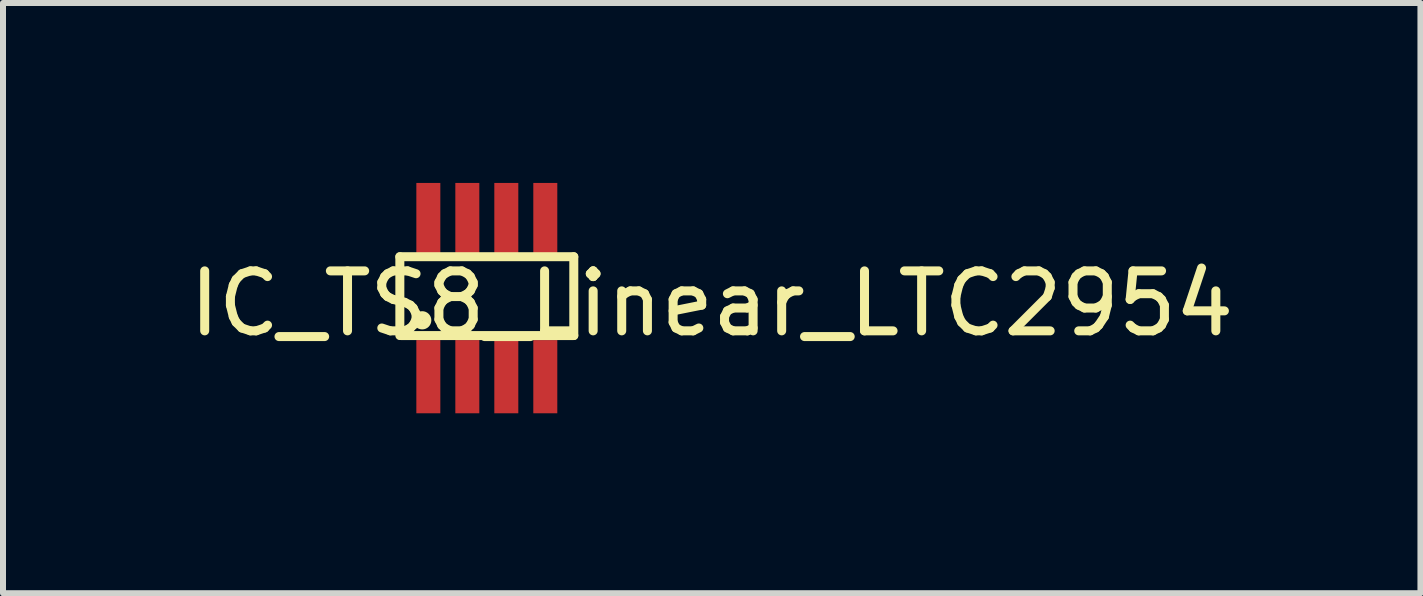
<source format=kicad_pcb>
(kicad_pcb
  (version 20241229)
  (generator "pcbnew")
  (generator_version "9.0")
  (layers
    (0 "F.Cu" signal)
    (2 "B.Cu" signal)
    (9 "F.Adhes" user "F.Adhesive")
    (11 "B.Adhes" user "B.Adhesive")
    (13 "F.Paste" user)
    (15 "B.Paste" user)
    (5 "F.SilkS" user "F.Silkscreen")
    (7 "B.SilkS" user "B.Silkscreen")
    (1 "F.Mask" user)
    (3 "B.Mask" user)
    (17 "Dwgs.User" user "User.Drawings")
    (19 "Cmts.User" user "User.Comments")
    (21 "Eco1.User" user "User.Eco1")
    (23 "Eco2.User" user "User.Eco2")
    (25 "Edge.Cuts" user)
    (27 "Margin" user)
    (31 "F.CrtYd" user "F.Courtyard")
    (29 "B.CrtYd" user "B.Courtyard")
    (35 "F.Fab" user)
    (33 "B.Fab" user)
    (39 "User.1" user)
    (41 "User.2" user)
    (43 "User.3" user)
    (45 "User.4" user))
  (footprint "IC_TS8_Linear_LTC2954"
    (layer "F.Cu")
    (at 4.091 3.23)
    (property "Reference" "IC_TS8_Linear_LTC2954" (at 4.724 -1.219 0) (layer "F.SilkS") (effects (font (size 1 1) (thickness 0.15))))
    (attr through_hole)
    (fp_line (start -0.475 -2) (end -0.475 -0.686) (stroke (width 0.15) (type solid)) (layer "F.SilkS"))
    (fp_line (start -0.475 -2) (end 2.425 -2) (stroke (width 0.15) (type solid)) (layer "F.SilkS"))
    (fp_line (start -0.457 -0.686) (end 2.425 -0.686) (stroke (width 0.15) (type solid)) (layer "F.SilkS"))
    (fp_line (start 2.425 -2) (end 2.425 -0.686) (stroke (width 0.15) (type solid)) (layer "F.SilkS"))
    (fp_circle (center -0.102 -0.94) (end -0.025 -0.94) (stroke (width 0.15) (type solid)) (fill no) (layer "F.SilkS"))
    (pad "1" smd rect (at 0 0) (size 0.4 1.22) (layers "F.Cu" "F.Mask" "F.Paste"))
    (pad "2" smd rect (at 0.65 0) (size 0.4 1.22) (layers "F.Cu" "F.Mask" "F.Paste"))
    (pad "3" smd rect (at 1.3 0) (size 0.4 1.22) (layers "F.Cu" "F.Mask" "F.Paste"))
    (pad "4" smd rect (at 1.95 0) (size 0.4 1.22) (layers "F.Cu" "F.Mask" "F.Paste"))
    (pad "5" smd rect (at 1.95 -2.62) (size 0.4 1.22) (layers "F.Cu" "F.Mask" "F.Paste"))
    (pad "6" smd rect (at 1.3 -2.62) (size 0.4 1.22) (layers "F.Cu" "F.Mask" "F.Paste"))
    (pad "7" smd rect (at 0.65 -2.62) (size 0.4 1.22) (layers "F.Cu" "F.Mask" "F.Paste"))
    (pad "8" smd rect (at 0 -2.62) (size 0.4 1.22) (layers "F.Cu" "F.Mask" "F.Paste")))
  (gr_rect
    (start -3 -3)
    (end 20.631 6.84)
    (stroke (width 0.1) (type default))
    (fill no)
    (layer "Edge.Cuts")))
</source>
